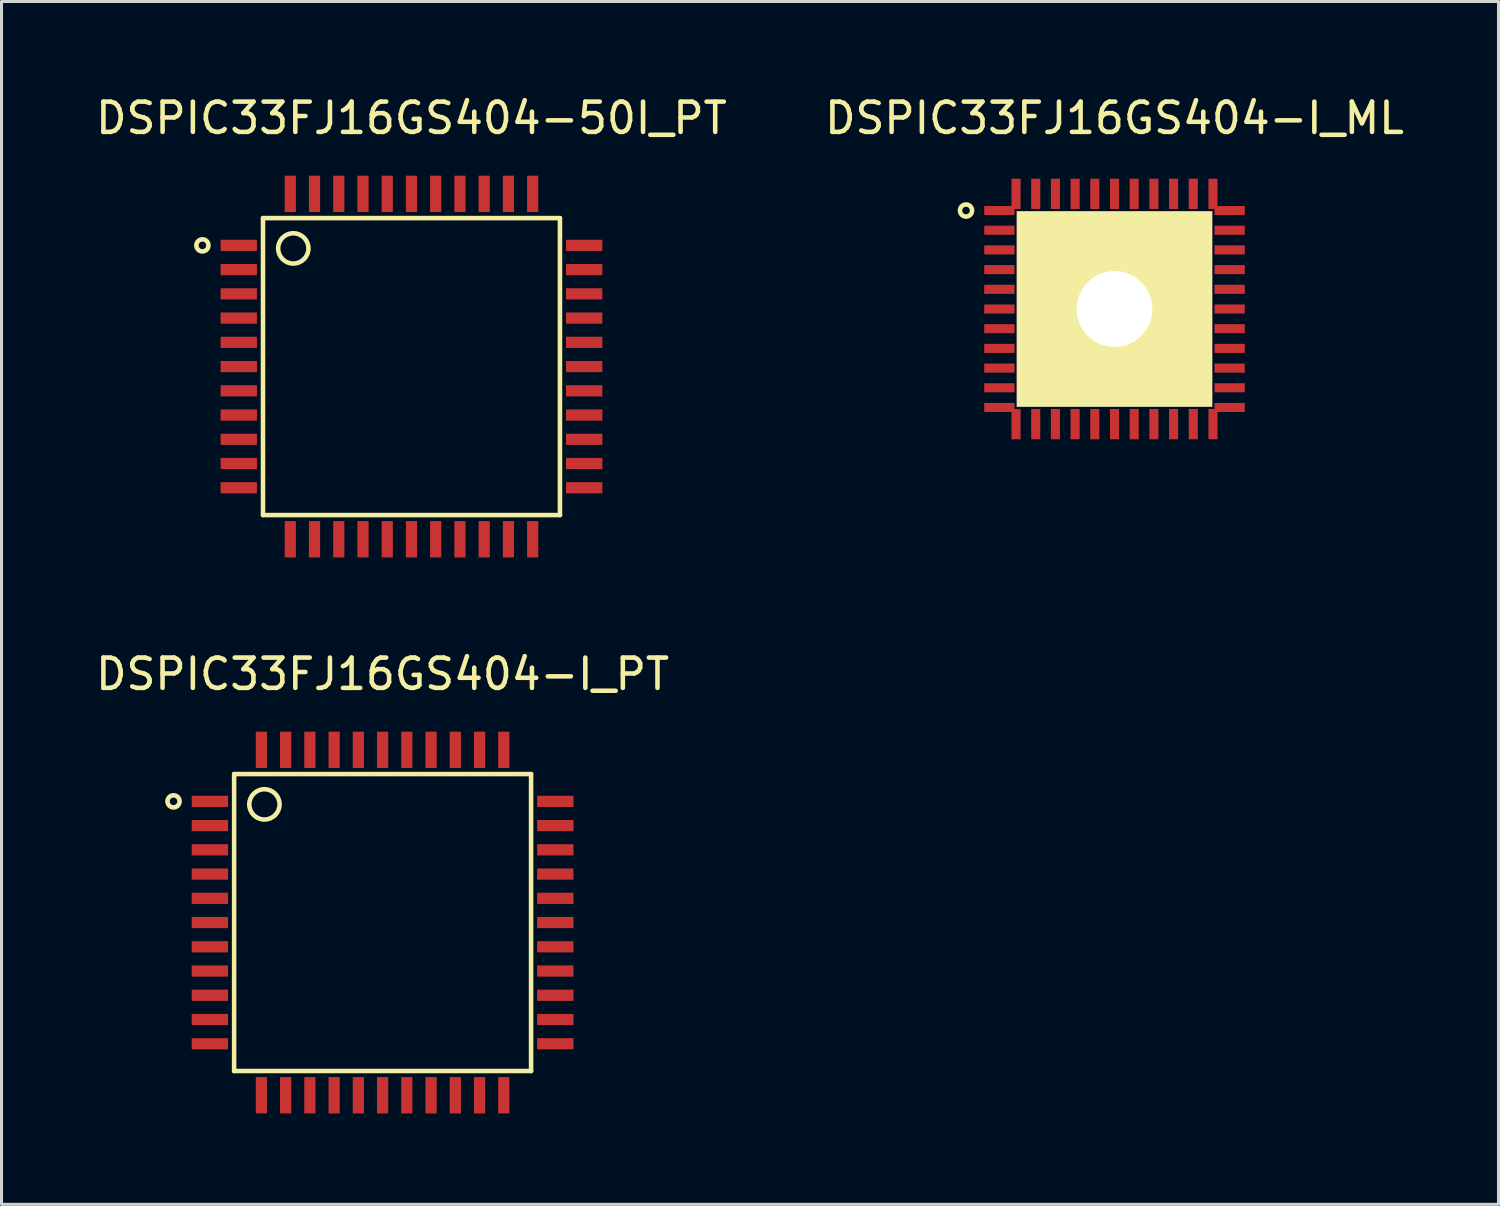
<source format=kicad_pcb>
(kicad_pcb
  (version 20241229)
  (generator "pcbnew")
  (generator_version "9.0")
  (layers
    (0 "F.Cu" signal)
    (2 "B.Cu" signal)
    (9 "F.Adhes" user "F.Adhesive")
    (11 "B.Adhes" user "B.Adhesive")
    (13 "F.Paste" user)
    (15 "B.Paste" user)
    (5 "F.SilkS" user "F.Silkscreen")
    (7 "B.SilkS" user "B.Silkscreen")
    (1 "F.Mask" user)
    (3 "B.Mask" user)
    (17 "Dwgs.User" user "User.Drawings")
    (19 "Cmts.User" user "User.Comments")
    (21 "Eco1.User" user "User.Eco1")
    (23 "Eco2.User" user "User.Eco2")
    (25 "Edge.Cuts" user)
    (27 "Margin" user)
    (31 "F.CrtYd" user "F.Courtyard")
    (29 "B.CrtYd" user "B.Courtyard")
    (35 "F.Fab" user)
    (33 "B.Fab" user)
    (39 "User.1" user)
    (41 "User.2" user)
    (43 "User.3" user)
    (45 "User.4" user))
  (footprint "DSPIC33FJ16GS404-I_ML"
    (layer "F.Cu")
    (at 29.932 3.348)
    (property "Reference" "DSPIC33FJ16GS404-I_ML" (at 3.8 -2.5 0) (layer "F.SilkS") (effects (font (size 1 1) (thickness 0.15))))
    (attr through_hole)
    (fp_line (start 0.7 0.7) (end 0.7 6.9) (stroke (width 0.15) (type solid)) (layer "F.SilkS"))
    (fp_line (start 0.7 0.7) (end 6.9 0.7) (stroke (width 0.15) (type solid)) (layer "F.SilkS"))
    (fp_line (start 0.7 6.9) (end 6.9 6.9) (stroke (width 0.15) (type solid)) (layer "F.SilkS"))
    (fp_line (start 6.9 6.9) (end 6.9 0.7) (stroke (width 0.15) (type solid)) (layer "F.SilkS"))
    (fp_circle (center -1.1 0.55) (end -1.1 0.35) (stroke (width 0.15) (type solid)) (fill no) (layer "F.SilkS"))
    (fp_circle (center 1.7 1.7) (end 1.7 1.2) (stroke (width 0.15) (type solid)) (fill no) (layer "F.SilkS"))
    (pad "1" smd rect (at 0 0.55) (size 1 0.3) (layers "F.Cu" "F.Mask" "F.Paste"))
    (pad "2" smd rect (at 0 1.2) (size 1 0.3) (layers "F.Cu" "F.Mask" "F.Paste"))
    (pad "3" smd rect (at 0 1.85) (size 1 0.3) (layers "F.Cu" "F.Mask" "F.Paste"))
    (pad "4" smd rect (at 0 2.5) (size 1 0.3) (layers "F.Cu" "F.Mask" "F.Paste"))
    (pad "5" smd rect (at 0 3.15) (size 1 0.3) (layers "F.Cu" "F.Mask" "F.Paste"))
    (pad "6" smd rect (at 0 3.8) (size 1 0.3) (layers "F.Cu" "F.Mask" "F.Paste"))
    (pad "7" smd rect (at 0 4.45) (size 1 0.3) (layers "F.Cu" "F.Mask" "F.Paste"))
    (pad "8" smd rect (at 0 5.1) (size 1 0.3) (layers "F.Cu" "F.Mask" "F.Paste"))
    (pad "9" smd rect (at 0 5.75) (size 1 0.3) (layers "F.Cu" "F.Mask" "F.Paste"))
    (pad "10" smd rect (at 0 6.4) (size 1 0.3) (layers "F.Cu" "F.Mask" "F.Paste"))
    (pad "11" smd rect (at 0 7.05) (size 1 0.3) (layers "F.Cu" "F.Mask" "F.Paste"))
    (pad "12" smd rect (at 0.55 7.6) (size 0.3 1) (layers "F.Cu" "F.Mask" "F.Paste"))
    (pad "13" smd rect (at 1.2 7.6) (size 0.3 1) (layers "F.Cu" "F.Mask" "F.Paste"))
    (pad "14" smd rect (at 1.85 7.6) (size 0.3 1) (layers "F.Cu" "F.Mask" "F.Paste"))
    (pad "15" smd rect (at 2.5 7.6) (size 0.3 1) (layers "F.Cu" "F.Mask" "F.Paste"))
    (pad "16" smd rect (at 3.15 7.6) (size 0.3 1) (layers "F.Cu" "F.Mask" "F.Paste"))
    (pad "17" smd rect (at 3.8 7.6) (size 0.3 1) (layers "F.Cu" "F.Mask" "F.Paste"))
    (pad "18" smd rect (at 4.45 7.6) (size 0.3 1) (layers "F.Cu" "F.Mask" "F.Paste"))
    (pad "19" smd rect (at 5.1 7.6) (size 0.3 1) (layers "F.Cu" "F.Mask" "F.Paste"))
    (pad "20" smd rect (at 5.75 7.6) (size 0.3 1) (layers "F.Cu" "F.Mask" "F.Paste"))
    (pad "21" smd rect (at 6.4 7.6) (size 0.3 1) (layers "F.Cu" "F.Mask" "F.Paste"))
    (pad "22" smd rect (at 7.05 7.6) (size 0.3 1) (layers "F.Cu" "F.Mask" "F.Paste"))
    (pad "23" smd rect (at 7.6 7.05) (size 1 0.3) (layers "F.Cu" "F.Mask" "F.Paste"))
    (pad "24" smd rect (at 7.6 6.4) (size 1 0.3) (layers "F.Cu" "F.Mask" "F.Paste"))
    (pad "25" smd rect (at 7.6 5.75) (size 1 0.3) (layers "F.Cu" "F.Mask" "F.Paste"))
    (pad "26" smd rect (at 7.6 5.1) (size 1 0.3) (layers "F.Cu" "F.Mask" "F.Paste"))
    (pad "27" smd rect (at 7.6 4.45) (size 1 0.3) (layers "F.Cu" "F.Mask" "F.Paste"))
    (pad "28" smd rect (at 7.6 3.8) (size 1 0.3) (layers "F.Cu" "F.Mask" "F.Paste"))
    (pad "29" smd rect (at 7.6 3.15) (size 1 0.3) (layers "F.Cu" "F.Mask" "F.Paste"))
    (pad "30" smd rect (at 7.6 2.5) (size 1 0.3) (layers "F.Cu" "F.Mask" "F.Paste"))
    (pad "31" smd rect (at 7.6 1.85) (size 1 0.3) (layers "F.Cu" "F.Mask" "F.Paste"))
    (pad "32" smd rect (at 7.6 1.2) (size 1 0.3) (layers "F.Cu" "F.Mask" "F.Paste"))
    (pad "33" smd rect (at 7.6 0.55) (size 1 0.3) (layers "F.Cu" "F.Mask" "F.Paste"))
    (pad "34" smd rect (at 7.05 0) (size 0.3 1) (layers "F.Cu" "F.Mask" "F.Paste"))
    (pad "35" smd rect (at 6.4 0) (size 0.3 1) (layers "F.Cu" "F.Mask" "F.Paste"))
    (pad "36" smd rect (at 5.75 0) (size 0.3 1) (layers "F.Cu" "F.Mask" "F.Paste"))
    (pad "37" smd rect (at 5.1 0) (size 0.3 1) (layers "F.Cu" "F.Mask" "F.Paste"))
    (pad "38" smd rect (at 4.45 0) (size 0.3 1) (layers "F.Cu" "F.Mask" "F.Paste"))
    (pad "39" smd rect (at 3.8 0) (size 0.3 1) (layers "F.Cu" "F.Mask" "F.Paste"))
    (pad "40" smd rect (at 3.15 0) (size 0.3 1) (layers "F.Cu" "F.Mask" "F.Paste"))
    (pad "41" smd rect (at 2.5 0) (size 0.3 1) (layers "F.Cu" "F.Mask" "F.Paste"))
    (pad "42" smd rect (at 1.85 0) (size 0.3 1) (layers "F.Cu" "F.Mask" "F.Paste"))
    (pad "43" smd rect (at 1.2 0) (size 0.3 1) (layers "F.Cu" "F.Mask" "F.Paste"))
    (pad "44" smd rect (at 0.55 0) (size 0.3 1) (layers "F.Cu" "F.Mask" "F.Paste"))
    (pad "999" thru_hole rect (at 3.8 3.8) (size 6.45 6.45) (drill 2.5) (layers "*.Cu" "*.Mask" "F.SilkS")))
  (footprint "DSPIC33FJ16GS404-I_PT"
    (layer "F.Cu")
    (at 3.877 21.697)
    (property "Reference" "DSPIC33FJ16GS404-I_PT" (at 5.7 -2.5 0) (layer "F.SilkS") (effects (font (size 1 1) (thickness 0.15))))
    (attr through_hole)
    (fp_line (start 0.8 0.8) (end 0.8 10.6) (stroke (width 0.15) (type solid)) (layer "F.SilkS"))
    (fp_line (start 0.8 0.8) (end 10.6 0.8) (stroke (width 0.15) (type solid)) (layer "F.SilkS"))
    (fp_line (start 0.8 10.6) (end 10.6 10.6) (stroke (width 0.15) (type solid)) (layer "F.SilkS"))
    (fp_line (start 10.6 10.6) (end 10.6 0.8) (stroke (width 0.15) (type solid)) (layer "F.SilkS"))
    (fp_circle (center -1.2 1.7) (end -1.2 1.5) (stroke (width 0.15) (type solid)) (fill no) (layer "F.SilkS"))
    (fp_circle (center 1.8 1.8) (end 1.8 1.3) (stroke (width 0.15) (type solid)) (fill no) (layer "F.SilkS"))
    (pad "1" smd rect (at 0 1.7) (size 1.2 0.37) (layers "F.Cu" "F.Mask" "F.Paste"))
    (pad "2" smd rect (at 0 2.5) (size 1.2 0.37) (layers "F.Cu" "F.Mask" "F.Paste"))
    (pad "3" smd rect (at 0 3.3) (size 1.2 0.37) (layers "F.Cu" "F.Mask" "F.Paste"))
    (pad "4" smd rect (at 0 4.1) (size 1.2 0.37) (layers "F.Cu" "F.Mask" "F.Paste"))
    (pad "5" smd rect (at 0 4.9) (size 1.2 0.37) (layers "F.Cu" "F.Mask" "F.Paste"))
    (pad "6" smd rect (at 0 5.7) (size 1.2 0.37) (layers "F.Cu" "F.Mask" "F.Paste"))
    (pad "7" smd rect (at 0 6.5) (size 1.2 0.37) (layers "F.Cu" "F.Mask" "F.Paste"))
    (pad "8" smd rect (at 0 7.3) (size 1.2 0.37) (layers "F.Cu" "F.Mask" "F.Paste"))
    (pad "9" smd rect (at 0 8.1) (size 1.2 0.37) (layers "F.Cu" "F.Mask" "F.Paste"))
    (pad "10" smd rect (at 0 8.9) (size 1.2 0.37) (layers "F.Cu" "F.Mask" "F.Paste"))
    (pad "11" smd rect (at 0 9.7) (size 1.2 0.37) (layers "F.Cu" "F.Mask" "F.Paste"))
    (pad "12" smd rect (at 1.7 11.4) (size 0.37 1.2) (layers "F.Cu" "F.Mask" "F.Paste"))
    (pad "13" smd rect (at 2.5 11.4) (size 0.37 1.2) (layers "F.Cu" "F.Mask" "F.Paste"))
    (pad "14" smd rect (at 3.3 11.4) (size 0.37 1.2) (layers "F.Cu" "F.Mask" "F.Paste"))
    (pad "15" smd rect (at 4.1 11.4) (size 0.37 1.2) (layers "F.Cu" "F.Mask" "F.Paste"))
    (pad "16" smd rect (at 4.9 11.4) (size 0.37 1.2) (layers "F.Cu" "F.Mask" "F.Paste"))
    (pad "17" smd rect (at 5.7 11.4) (size 0.37 1.2) (layers "F.Cu" "F.Mask" "F.Paste"))
    (pad "18" smd rect (at 6.5 11.4) (size 0.37 1.2) (layers "F.Cu" "F.Mask" "F.Paste"))
    (pad "19" smd rect (at 7.3 11.4) (size 0.37 1.2) (layers "F.Cu" "F.Mask" "F.Paste"))
    (pad "20" smd rect (at 8.1 11.4) (size 0.37 1.2) (layers "F.Cu" "F.Mask" "F.Paste"))
    (pad "21" smd rect (at 8.9 11.4) (size 0.37 1.2) (layers "F.Cu" "F.Mask" "F.Paste"))
    (pad "22" smd rect (at 9.7 11.4) (size 0.37 1.2) (layers "F.Cu" "F.Mask" "F.Paste"))
    (pad "23" smd rect (at 11.4 9.7) (size 1.2 0.37) (layers "F.Cu" "F.Mask" "F.Paste"))
    (pad "24" smd rect (at 11.4 8.9) (size 1.2 0.37) (layers "F.Cu" "F.Mask" "F.Paste"))
    (pad "25" smd rect (at 11.4 8.1) (size 1.2 0.37) (layers "F.Cu" "F.Mask" "F.Paste"))
    (pad "26" smd rect (at 11.4 7.3) (size 1.2 0.37) (layers "F.Cu" "F.Mask" "F.Paste"))
    (pad "27" smd rect (at 11.4 6.5) (size 1.2 0.37) (layers "F.Cu" "F.Mask" "F.Paste"))
    (pad "28" smd rect (at 11.4 5.7) (size 1.2 0.37) (layers "F.Cu" "F.Mask" "F.Paste"))
    (pad "29" smd rect (at 11.4 4.9) (size 1.2 0.37) (layers "F.Cu" "F.Mask" "F.Paste"))
    (pad "30" smd rect (at 11.4 4.1) (size 1.2 0.37) (layers "F.Cu" "F.Mask" "F.Paste"))
    (pad "31" smd rect (at 11.4 3.3) (size 1.2 0.37) (layers "F.Cu" "F.Mask" "F.Paste"))
    (pad "32" smd rect (at 11.4 2.5) (size 1.2 0.37) (layers "F.Cu" "F.Mask" "F.Paste"))
    (pad "33" smd rect (at 11.4 1.7) (size 1.2 0.37) (layers "F.Cu" "F.Mask" "F.Paste"))
    (pad "34" smd rect (at 9.7 0) (size 0.37 1.2) (layers "F.Cu" "F.Mask" "F.Paste"))
    (pad "35" smd rect (at 8.9 0) (size 0.37 1.2) (layers "F.Cu" "F.Mask" "F.Paste"))
    (pad "36" smd rect (at 8.1 0) (size 0.37 1.2) (layers "F.Cu" "F.Mask" "F.Paste"))
    (pad "37" smd rect (at 7.3 0) (size 0.37 1.2) (layers "F.Cu" "F.Mask" "F.Paste"))
    (pad "38" smd rect (at 6.5 0) (size 0.37 1.2) (layers "F.Cu" "F.Mask" "F.Paste"))
    (pad "39" smd rect (at 5.7 0) (size 0.37 1.2) (layers "F.Cu" "F.Mask" "F.Paste"))
    (pad "40" smd rect (at 4.9 0) (size 0.37 1.2) (layers "F.Cu" "F.Mask" "F.Paste"))
    (pad "41" smd rect (at 4.1 0) (size 0.37 1.2) (layers "F.Cu" "F.Mask" "F.Paste"))
    (pad "42" smd rect (at 3.3 0) (size 0.37 1.2) (layers "F.Cu" "F.Mask" "F.Paste"))
    (pad "43" smd rect (at 2.5 0) (size 0.37 1.2) (layers "F.Cu" "F.Mask" "F.Paste"))
    (pad "44" smd rect (at 1.7 0) (size 0.37 1.2) (layers "F.Cu" "F.Mask" "F.Paste")))
  (footprint "DSPIC33FJ16GS404-50I_PT"
    (layer "F.Cu")
    (at 4.83 3.348)
    (property "Reference" "DSPIC33FJ16GS404-50I_PT" (at 5.7 -2.5 0) (layer "F.SilkS") (effects (font (size 1 1) (thickness 0.15))))
    (attr through_hole)
    (fp_line (start 0.8 0.8) (end 0.8 10.6) (stroke (width 0.15) (type solid)) (layer "F.SilkS"))
    (fp_line (start 0.8 0.8) (end 10.6 0.8) (stroke (width 0.15) (type solid)) (layer "F.SilkS"))
    (fp_line (start 0.8 10.6) (end 10.6 10.6) (stroke (width 0.15) (type solid)) (layer "F.SilkS"))
    (fp_line (start 10.6 10.6) (end 10.6 0.8) (stroke (width 0.15) (type solid)) (layer "F.SilkS"))
    (fp_circle (center -1.2 1.7) (end -1.2 1.5) (stroke (width 0.15) (type solid)) (fill no) (layer "F.SilkS"))
    (fp_circle (center 1.8 1.8) (end 1.8 1.3) (stroke (width 0.15) (type solid)) (fill no) (layer "F.SilkS"))
    (pad "1" smd rect (at 0 1.7) (size 1.2 0.37) (layers "F.Cu" "F.Mask" "F.Paste"))
    (pad "2" smd rect (at 0 2.5) (size 1.2 0.37) (layers "F.Cu" "F.Mask" "F.Paste"))
    (pad "3" smd rect (at 0 3.3) (size 1.2 0.37) (layers "F.Cu" "F.Mask" "F.Paste"))
    (pad "4" smd rect (at 0 4.1) (size 1.2 0.37) (layers "F.Cu" "F.Mask" "F.Paste"))
    (pad "5" smd rect (at 0 4.9) (size 1.2 0.37) (layers "F.Cu" "F.Mask" "F.Paste"))
    (pad "6" smd rect (at 0 5.7) (size 1.2 0.37) (layers "F.Cu" "F.Mask" "F.Paste"))
    (pad "7" smd rect (at 0 6.5) (size 1.2 0.37) (layers "F.Cu" "F.Mask" "F.Paste"))
    (pad "8" smd rect (at 0 7.3) (size 1.2 0.37) (layers "F.Cu" "F.Mask" "F.Paste"))
    (pad "9" smd rect (at 0 8.1) (size 1.2 0.37) (layers "F.Cu" "F.Mask" "F.Paste"))
    (pad "10" smd rect (at 0 8.9) (size 1.2 0.37) (layers "F.Cu" "F.Mask" "F.Paste"))
    (pad "11" smd rect (at 0 9.7) (size 1.2 0.37) (layers "F.Cu" "F.Mask" "F.Paste"))
    (pad "12" smd rect (at 1.7 11.4) (size 0.37 1.2) (layers "F.Cu" "F.Mask" "F.Paste"))
    (pad "13" smd rect (at 2.5 11.4) (size 0.37 1.2) (layers "F.Cu" "F.Mask" "F.Paste"))
    (pad "14" smd rect (at 3.3 11.4) (size 0.37 1.2) (layers "F.Cu" "F.Mask" "F.Paste"))
    (pad "15" smd rect (at 4.1 11.4) (size 0.37 1.2) (layers "F.Cu" "F.Mask" "F.Paste"))
    (pad "16" smd rect (at 4.9 11.4) (size 0.37 1.2) (layers "F.Cu" "F.Mask" "F.Paste"))
    (pad "17" smd rect (at 5.7 11.4) (size 0.37 1.2) (layers "F.Cu" "F.Mask" "F.Paste"))
    (pad "18" smd rect (at 6.5 11.4) (size 0.37 1.2) (layers "F.Cu" "F.Mask" "F.Paste"))
    (pad "19" smd rect (at 7.3 11.4) (size 0.37 1.2) (layers "F.Cu" "F.Mask" "F.Paste"))
    (pad "20" smd rect (at 8.1 11.4) (size 0.37 1.2) (layers "F.Cu" "F.Mask" "F.Paste"))
    (pad "21" smd rect (at 8.9 11.4) (size 0.37 1.2) (layers "F.Cu" "F.Mask" "F.Paste"))
    (pad "22" smd rect (at 9.7 11.4) (size 0.37 1.2) (layers "F.Cu" "F.Mask" "F.Paste"))
    (pad "23" smd rect (at 11.4 9.7) (size 1.2 0.37) (layers "F.Cu" "F.Mask" "F.Paste"))
    (pad "24" smd rect (at 11.4 8.9) (size 1.2 0.37) (layers "F.Cu" "F.Mask" "F.Paste"))
    (pad "25" smd rect (at 11.4 8.1) (size 1.2 0.37) (layers "F.Cu" "F.Mask" "F.Paste"))
    (pad "26" smd rect (at 11.4 7.3) (size 1.2 0.37) (layers "F.Cu" "F.Mask" "F.Paste"))
    (pad "27" smd rect (at 11.4 6.5) (size 1.2 0.37) (layers "F.Cu" "F.Mask" "F.Paste"))
    (pad "28" smd rect (at 11.4 5.7) (size 1.2 0.37) (layers "F.Cu" "F.Mask" "F.Paste"))
    (pad "29" smd rect (at 11.4 4.9) (size 1.2 0.37) (layers "F.Cu" "F.Mask" "F.Paste"))
    (pad "30" smd rect (at 11.4 4.1) (size 1.2 0.37) (layers "F.Cu" "F.Mask" "F.Paste"))
    (pad "31" smd rect (at 11.4 3.3) (size 1.2 0.37) (layers "F.Cu" "F.Mask" "F.Paste"))
    (pad "32" smd rect (at 11.4 2.5) (size 1.2 0.37) (layers "F.Cu" "F.Mask" "F.Paste"))
    (pad "33" smd rect (at 11.4 1.7) (size 1.2 0.37) (layers "F.Cu" "F.Mask" "F.Paste"))
    (pad "34" smd rect (at 9.7 0) (size 0.37 1.2) (layers "F.Cu" "F.Mask" "F.Paste"))
    (pad "35" smd rect (at 8.9 0) (size 0.37 1.2) (layers "F.Cu" "F.Mask" "F.Paste"))
    (pad "36" smd rect (at 8.1 0) (size 0.37 1.2) (layers "F.Cu" "F.Mask" "F.Paste"))
    (pad "37" smd rect (at 7.3 0) (size 0.37 1.2) (layers "F.Cu" "F.Mask" "F.Paste"))
    (pad "38" smd rect (at 6.5 0) (size 0.37 1.2) (layers "F.Cu" "F.Mask" "F.Paste"))
    (pad "39" smd rect (at 5.7 0) (size 0.37 1.2) (layers "F.Cu" "F.Mask" "F.Paste"))
    (pad "40" smd rect (at 4.9 0) (size 0.37 1.2) (layers "F.Cu" "F.Mask" "F.Paste"))
    (pad "41" smd rect (at 4.1 0) (size 0.37 1.2) (layers "F.Cu" "F.Mask" "F.Paste"))
    (pad "42" smd rect (at 3.3 0) (size 0.37 1.2) (layers "F.Cu" "F.Mask" "F.Paste"))
    (pad "43" smd rect (at 2.5 0) (size 0.37 1.2) (layers "F.Cu" "F.Mask" "F.Paste"))
    (pad "44" smd rect (at 1.7 0) (size 0.37 1.2) (layers "F.Cu" "F.Mask" "F.Paste")))
  (gr_rect
    (start -3 -3)
    (end 46.405 36.697)
    (stroke (width 0.1) (type default))
    (fill no)
    (layer "Edge.Cuts")))
</source>
